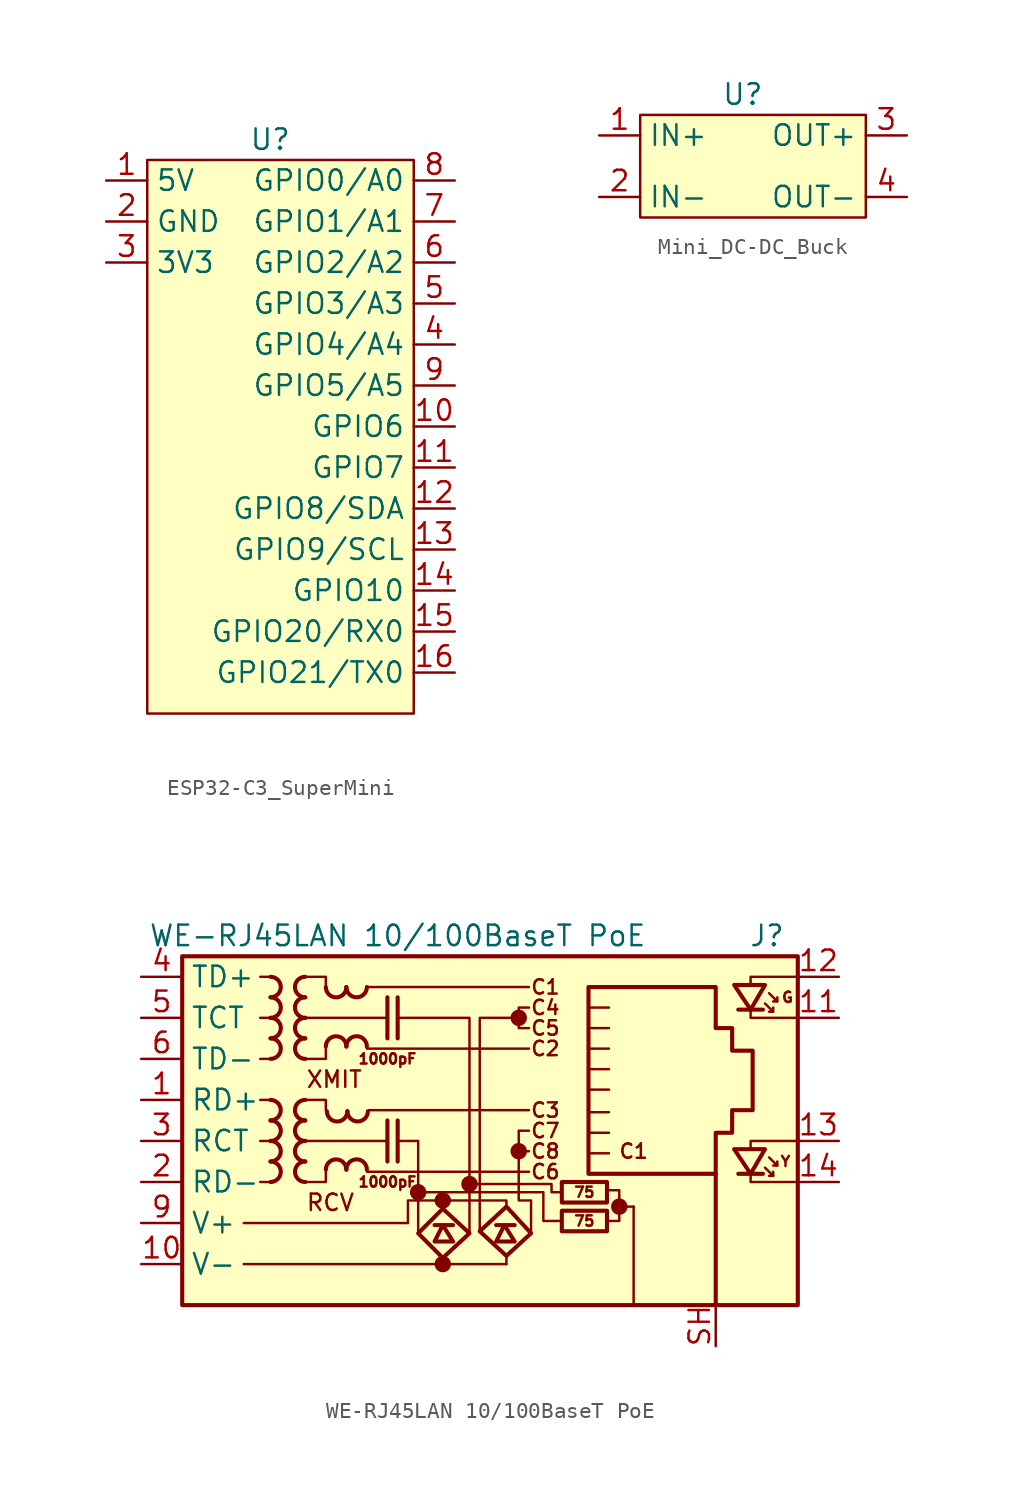
<source format=kicad_sym>
(kicad_symbol_lib
  (version 20231120)
  (generator "kicad_symbol_editor")
  (generator_version "8.0")
  (symbol "ESP32-C3_SuperMini"
    (property "Reference" "U"
      (at 0 0 0)
      (effects (font (size 1.27 1.27))))
    (property "Value" ""
      (at 0 0 0)
      (effects (font (size 1.27 1.27))))
    (symbol "ESP32-C3_SuperMini_1_1"
      (rectangle (start -7.62 -1.27) (end 8.89 -35.56) (stroke (width 0) (type default)) (fill (type background)))
      (pin input line (at -10.16 -2.54 0) (length 2.54) (name "5V" (effects (font (size 1.27 1.27)))) (number "1" (effects (font (size 1.27 1.27)))))
      (pin input line (at 11.43 -17.78 180) (length 2.54) (name "GPIO6" (effects (font (size 1.27 1.27)))) (number "10" (effects (font (size 1.27 1.27)))))
      (pin input line (at 11.43 -20.32 180) (length 2.54) (name "GPIO7" (effects (font (size 1.27 1.27)))) (number "11" (effects (font (size 1.27 1.27)))))
      (pin input line (at 11.43 -22.86 180) (length 2.54) (name "GPIO8/SDA" (effects (font (size 1.27 1.27)))) (number "12" (effects (font (size 1.27 1.27)))))
      (pin input line (at 11.43 -25.4 180) (length 2.54) (name "GPIO9/SCL" (effects (font (size 1.27 1.27)))) (number "13" (effects (font (size 1.27 1.27)))))
      (pin input line (at 11.43 -27.94 180) (length 2.54) (name "GPIO10" (effects (font (size 1.27 1.27)))) (number "14" (effects (font (size 1.27 1.27)))))
      (pin input line (at 11.43 -30.48 180) (length 2.54) (name "GPIO20/RX0" (effects (font (size 1.27 1.27)))) (number "15" (effects (font (size 1.27 1.27)))))
      (pin input line (at 11.43 -33.02 180) (length 2.54) (name "GPIO21/TX0" (effects (font (size 1.27 1.27)))) (number "16" (effects (font (size 1.27 1.27)))))
      (pin input line (at -10.16 -5.08 0) (length 2.54) (name "GND" (effects (font (size 1.27 1.27)))) (number "2" (effects (font (size 1.27 1.27)))))
      (pin input line (at -10.16 -7.62 0) (length 2.54) (name "3V3" (effects (font (size 1.27 1.27)))) (number "3" (effects (font (size 1.27 1.27)))))
      (pin input line (at 11.43 -12.7 180) (length 2.54) (name "GPIO4/A4" (effects (font (size 1.27 1.27)))) (number "4" (effects (font (size 1.27 1.27)))))
      (pin input line (at 11.43 -10.16 180) (length 2.54) (name "GPIO3/A3" (effects (font (size 1.27 1.27)))) (number "5" (effects (font (size 1.27 1.27)))))
      (pin input line (at 11.43 -7.62 180) (length 2.54) (name "GPIO2/A2" (effects (font (size 1.27 1.27)))) (number "6" (effects (font (size 1.27 1.27)))))
      (pin input line (at 11.43 -5.08 180) (length 2.54) (name "GPIO1/A1" (effects (font (size 1.27 1.27)))) (number "7" (effects (font (size 1.27 1.27)))))
      (pin input line (at 11.43 -2.54 180) (length 2.54) (name "GPIO0/A0" (effects (font (size 1.27 1.27)))) (number "8" (effects (font (size 1.27 1.27)))))
      (pin input line (at 11.43 -15.24 180) (length 2.54) (name "GPIO5/A5" (effects (font (size 1.27 1.27)))) (number "9" (effects (font (size 1.27 1.27)))))))
  (symbol "Mini_DC-DC_Buck"
    (property "Reference" "U"
      (at 0 0 0)
      (effects (font (size 1.27 1.27))))
    (property "Value" ""
      (at 0 0 0)
      (effects (font (size 1.27 1.27))))
    (symbol "Mini_DC-DC_Buck_1_1"
      (rectangle (start -6.35 -1.27) (end 7.62 -7.62) (stroke (width 0) (type default)) (fill (type background)))
      (pin input line (at -8.89 -2.54 0) (length 2.54) (name "IN+" (effects (font (size 1.27 1.27)))) (number "1" (effects (font (size 1.27 1.27)))))
      (pin input line (at -8.89 -6.35 0) (length 2.54) (name "IN-" (effects (font (size 1.27 1.27)))) (number "2" (effects (font (size 1.27 1.27)))))
      (pin input line (at 10.16 -2.54 180) (length 2.54) (name "OUT+" (effects (font (size 1.27 1.27)))) (number "3" (effects (font (size 1.27 1.27)))))
      (pin input line (at 10.16 -6.35 180) (length 2.54) (name "OUT-" (effects (font (size 1.27 1.27)))) (number "4" (effects (font (size 1.27 1.27)))))))
  (symbol "WE-RJ45LAN 10/100BaseT PoE"
    (property "Reference" "J"
      (at 18.415 12.7 0)
      (effects (font (size 1.27 1.27))))
    (property "Value" "WE-RJ45LAN 10/100BaseT PoE"
      (at -4.445 12.7 0)
      (effects (font (size 1.27 1.27))))
    (symbol "WE-RJ45LAN 10/100BaseT PoE_0_0"
      (circle (center -3.175 -3.175) (radius 0.0001) (stroke (width 0.508) (type default)) (fill (type none)))
      (circle (center -1.651 -7.62) (radius 0.0001) (stroke (width 0.508) (type default)) (fill (type none)))
      (circle (center -1.651 -3.683) (radius 0.0001) (stroke (width 0.508) (type default)) (fill (type none)))
      (circle (center 0 -2.667) (radius 0.0001) (stroke (width 0.508) (type default)) (fill (type none)))
      (polyline (pts (xy -5.08 1.27) (xy -5.08 -1.27)) (stroke (width 0.254) (type default)) (fill (type none)))
      (polyline (pts (xy -5.08 8.89) (xy -5.08 6.35)) (stroke (width 0.254) (type default)) (fill (type none)))
      (polyline (pts (xy -4.445 1.27) (xy -4.445 -1.27)) (stroke (width 0.254) (type default)) (fill (type none)))
      (polyline (pts (xy -4.445 8.89) (xy -4.445 6.35)) (stroke (width 0.254) (type default)) (fill (type none)))
      (polyline (pts (xy 9.271 -4.064) (xy 10.16 -4.064)) (stroke (width 0) (type default)) (fill (type none)))
      (polyline (pts (xy 17.399 -0.508) (xy 17.399 0) (xy 20.32 0)) (stroke (width 0) (type default)) (fill (type none)))
      (polyline (pts (xy 17.399 9.652) (xy 17.399 10.16) (xy 20.32 10.16)) (stroke (width 0) (type default)) (fill (type none)))
      (polyline (pts (xy 20.32 -2.54) (xy 17.399 -2.54) (xy 17.399 -2.032)) (stroke (width 0) (type default)) (fill (type none)))
      (polyline (pts (xy 20.32 7.62) (xy 17.399 7.62) (xy 17.399 8.128)) (stroke (width 0) (type default)) (fill (type none)))
      (polyline (pts (xy 3.683 0.635) (xy 3.048 0.635) (xy 3.048 -0.635) (xy 3.683 -0.635)) (stroke (width 0) (type default)) (fill (type none)))
      (polyline (pts (xy 3.683 8.255) (xy 3.048 8.255) (xy 3.048 6.985) (xy 3.683 6.985)) (stroke (width 0) (type default)) (fill (type none)))
      (polyline (pts (xy 8.636 -4.953) (xy 9.271 -4.953) (xy 9.271 -3.048) (xy 8.636 -3.048)) (stroke (width 0) (type default)) (fill (type none)))
      (circle (center 3.048 -0.635) (radius 0.0001) (stroke (width 0.508) (type default)) (fill (type none)))
      (circle (center 3.048 7.62) (radius 0.0001) (stroke (width 0.508) (type default)) (fill (type none)))
      (circle (center 9.271 -4.064) (radius 0.0001) (stroke (width 0.508) (type default)) (fill (type none)))
      (text "C1" (at 4.699 9.525 0) (effects (font (size 0.889 0.889))))
      (text "C1" (at 10.16 -0.635 0) (effects (font (size 0.889 0.889))))
      (text "C2" (at 4.699 5.715 0) (effects (font (size 0.889 0.889))))
      (text "C3" (at 4.699 1.905 0) (effects (font (size 0.889 0.889))))
      (text "C4" (at 4.699 8.255 0) (effects (font (size 0.889 0.889))))
      (text "C5" (at 4.699 6.985 0) (effects (font (size 0.889 0.889))))
      (text "C6" (at 4.699 -1.905 0) (effects (font (size 0.889 0.889))))
      (text "C7" (at 4.699 0.635 0) (effects (font (size 0.889 0.889))))
      (text "C8" (at 4.699 -0.635 0) (effects (font (size 0.889 0.889))))
      (text "RCV" (at -10.16 -3.81 0) (effects (font (size 1.016 1.016)) (justify left)))
      (text "XMIT" (at -10.16 3.81 0) (effects (font (size 1.016 1.016)) (justify left))))
    (symbol "WE-RJ45LAN 10/100BaseT PoE_0_1"
      (rectangle (start -17.78 11.43) (end 20.32 -10.16) (stroke (width 0.254) (type default)) (fill (type background)))
      (polyline (pts (xy -12.316 -2.54) (xy -12.951 -2.54)) (stroke (width 0) (type default)) (fill (type none)))
      (polyline (pts (xy -12.316 0) (xy -12.951 0)) (stroke (width 0) (type default)) (fill (type none)))
      (polyline (pts (xy -12.316 2.54) (xy -12.951 2.54)) (stroke (width 0) (type default)) (fill (type none)))
      (polyline (pts (xy -12.316 5.08) (xy -12.951 5.08)) (stroke (width 0) (type default)) (fill (type none)))
      (polyline (pts (xy -12.316 7.62) (xy -12.951 7.62)) (stroke (width 0) (type default)) (fill (type none)))
      (polyline (pts (xy -12.316 10.16) (xy -12.951 10.16)) (stroke (width 0) (type default)) (fill (type none)))
      (polyline (pts (xy -6.35 -1.905) (xy 3.683 -1.905)) (stroke (width 0) (type default)) (fill (type none)))
      (polyline (pts (xy -6.35 5.715) (xy 3.683 5.715)) (stroke (width 0) (type default)) (fill (type none)))
      (polyline (pts (xy -6.35 9.525) (xy 3.683 9.525)) (stroke (width 0) (type default)) (fill (type none)))
      (polyline (pts (xy -6.223 1.905) (xy 3.683 1.905)) (stroke (width 0) (type default)) (fill (type none)))
      (polyline (pts (xy -5.08 0) (xy -10.16 0)) (stroke (width 0) (type default)) (fill (type none)))
      (polyline (pts (xy -5.08 7.62) (xy -10.16 7.62)) (stroke (width 0) (type default)) (fill (type none)))
      (polyline (pts (xy 7.366 0.508) (xy 8.636 0.508)) (stroke (width 0) (type default)) (fill (type none)))
      (polyline (pts (xy 7.366 1.778) (xy 8.636 1.778)) (stroke (width 0) (type default)) (fill (type none)))
      (polyline (pts (xy 7.366 3.175) (xy 8.636 3.175)) (stroke (width 0) (type default)) (fill (type none)))
      (polyline (pts (xy 7.366 4.445) (xy 8.636 4.445)) (stroke (width 0) (type default)) (fill (type none)))
      (polyline (pts (xy 7.366 5.715) (xy 8.636 5.715)) (stroke (width 0) (type default)) (fill (type none)))
      (polyline (pts (xy 8.636 -0.762) (xy 7.366 -0.762)) (stroke (width 0) (type default)) (fill (type none)))
      (polyline (pts (xy 8.636 6.985) (xy 7.366 6.985)) (stroke (width 0) (type default)) (fill (type none)))
      (polyline (pts (xy 8.636 8.255) (xy 7.366 8.255)) (stroke (width 0) (type default)) (fill (type none)))
      (polyline (pts (xy -10.16 2.54) (xy -8.89 2.54) (xy -8.89 1.905)) (stroke (width 0) (type default)) (fill (type none)))
      (polyline (pts (xy -10.16 10.16) (xy -8.89 10.16) (xy -8.89 9.525)) (stroke (width 0) (type default)) (fill (type none)))
      (polyline (pts (xy -8.89 -1.905) (xy -8.89 -2.54) (xy -10.16 -2.54)) (stroke (width 0) (type default)) (fill (type none)))
      (polyline (pts (xy -8.89 5.715) (xy -8.89 5.08) (xy -10.16 5.08)) (stroke (width 0) (type default)) (fill (type none)))
      (polyline (pts (xy -4.445 0) (xy -3.175 0) (xy -3.175 -5.715)) (stroke (width 0) (type default)) (fill (type none)))
      (polyline (pts (xy -4.445 7.62) (xy 0 7.62) (xy 0 -5.715)) (stroke (width 0) (type default)) (fill (type none))))
    (symbol "WE-RJ45LAN 10/100BaseT PoE_1_0"
      (text "1000pF" (at -5.08 -2.54 0) (effects (font (size 0.635 0.635))))
      (text "1000pF" (at -5.08 5.08 0) (effects (font (size 0.635 0.635)))))
    (symbol "WE-RJ45LAN 10/100BaseT PoE_1_1"
      (arc (start -12.3163 1.27) (mid -11.684 1.905) (end -12.3163 2.54) (stroke (width 0.254) (type default)) (fill (type none)))
      (arc (start -12.3136 -2.54) (mid -11.6813 -1.905) (end -12.3136 -1.27) (stroke (width 0.254) (type default)) (fill (type none)))
      (arc (start -12.3136 -1.27) (mid -11.6813 -0.635) (end -12.3136 0) (stroke (width 0.254) (type default)) (fill (type none)))
      (arc (start -12.3136 0) (mid -11.6813 0.635) (end -12.3136 1.27) (stroke (width 0.254) (type default)) (fill (type none)))
      (arc (start -12.3136 8.89) (mid -11.6813 9.525) (end -12.3136 10.16) (stroke (width 0.254) (type default)) (fill (type none)))
      (arc (start -12.3109 5.08) (mid -11.6786 5.715) (end -12.3109 6.35) (stroke (width 0.254) (type default)) (fill (type none)))
      (arc (start -12.3109 6.35) (mid -11.6786 6.985) (end -12.3109 7.62) (stroke (width 0.254) (type default)) (fill (type none)))
      (arc (start -12.3109 7.62) (mid -11.6786 8.255) (end -12.3109 8.89) (stroke (width 0.254) (type default)) (fill (type none)))
      (arc (start -10.1654 0) (mid -10.7977 -0.635) (end -10.1654 -1.27) (stroke (width 0.254) (type default)) (fill (type none)))
      (arc (start -10.1654 1.27) (mid -10.7977 0.635) (end -10.1654 0) (stroke (width 0.254) (type default)) (fill (type none)))
      (arc (start -10.1654 2.54) (mid -10.7977 1.905) (end -10.1654 1.27) (stroke (width 0.254) (type default)) (fill (type none)))
      (arc (start -10.1654 7.62) (mid -10.7977 6.985) (end -10.1654 6.35) (stroke (width 0.254) (type default)) (fill (type none)))
      (arc (start -10.1654 8.89) (mid -10.7977 8.255) (end -10.1654 7.62) (stroke (width 0.254) (type default)) (fill (type none)))
      (arc (start -10.1654 10.16) (mid -10.7977 9.525) (end -10.1654 8.89) (stroke (width 0.254) (type default)) (fill (type none)))
      (arc (start -10.1627 -1.27) (mid -10.795 -1.905) (end -10.1627 -2.54) (stroke (width 0.254) (type default)) (fill (type none)))
      (arc (start -10.1627 6.35) (mid -10.795 5.715) (end -10.1627 5.08) (stroke (width 0.254) (type default)) (fill (type none)))
      (arc (start -8.89 9.5223) (mid -8.255 8.89) (end -7.62 9.5223) (stroke (width 0.254) (type default)) (fill (type none)))
      (arc (start -8.8265 1.8388) (mid -8.1915 1.2065) (end -7.5565 1.8388) (stroke (width 0.254) (type default)) (fill (type none)))
      (arc (start -7.62 -1.7753) (mid -8.255 -1.143) (end -8.89 -1.7753) (stroke (width 0.254) (type default)) (fill (type none)))
      (arc (start -7.62 5.8447) (mid -8.255 6.477) (end -8.89 5.8447) (stroke (width 0.254) (type default)) (fill (type none)))
      (arc (start -7.62 9.525) (mid -6.985 8.8927) (end -6.35 9.525) (stroke (width 0.254) (type default)) (fill (type none)))
      (arc (start -7.5565 1.8415) (mid -6.9215 1.2092) (end -6.2865 1.8415) (stroke (width 0.254) (type default)) (fill (type none)))
      (arc (start -6.35 -1.7726) (mid -6.985 -1.1403) (end -7.62 -1.7726) (stroke (width 0.254) (type default)) (fill (type none)))
      (arc (start -6.35 5.8474) (mid -6.985 6.4797) (end -7.62 5.8474) (stroke (width 0.254) (type default)) (fill (type none)))
      (polyline (pts (xy -13.97 -7.62) (xy 2.286 -7.62)) (stroke (width 0) (type default)) (fill (type none)))
      (polyline (pts (xy -13.97 -5.08) (xy -3.81 -5.08)) (stroke (width 0) (type default)) (fill (type none)))
      (polyline (pts (xy -2.159 -5.207) (xy -1.016 -5.207)) (stroke (width 0.254) (type default)) (fill (type none)))
      (polyline (pts (xy -1.651 -7.239) (xy -1.651 -7.493)) (stroke (width 0) (type default)) (fill (type none)))
      (polyline (pts (xy 1.651 -5.207) (xy 2.794 -5.207)) (stroke (width 0.254) (type default)) (fill (type none)))
      (polyline (pts (xy 2.286 -7.112) (xy 2.286 -7.62)) (stroke (width 0) (type default)) (fill (type none)))
      (polyline (pts (xy 10.16 -4.064) (xy 10.16 -10.16)) (stroke (width 0) (type default)) (fill (type none)))
      (polyline (pts (xy 15.24 -10.16) (xy 15.24 -2.032)) (stroke (width 0.254) (type default)) (fill (type none)))
      (polyline (pts (xy 18.161 -2.032) (xy 16.637 -2.032)) (stroke (width 0.254) (type default)) (fill (type none)))
      (polyline (pts (xy 18.161 8.128) (xy 16.637 8.128)) (stroke (width 0.254) (type default)) (fill (type none)))
      (polyline (pts (xy 18.796 -2.159) (xy 18.796 -1.905)) (stroke (width 0) (type default)) (fill (type none)))
      (polyline (pts (xy 18.796 8.001) (xy 18.796 8.255)) (stroke (width 0) (type default)) (fill (type none)))
      (polyline (pts (xy 19.05 -1.524) (xy 19.05 -1.27)) (stroke (width 0) (type default)) (fill (type none)))
      (polyline (pts (xy 19.05 8.636) (xy 19.05 8.89)) (stroke (width 0) (type default)) (fill (type none)))
      (polyline (pts (xy -3.81 -5.08) (xy -3.81 -3.683) (xy -1.651 -3.683)) (stroke (width 0) (type default)) (fill (type none)))
      (polyline (pts (xy -1.905 -3.683) (xy -1.651 -3.683) (xy -1.651 -4.191)) (stroke (width 0) (type default)) (fill (type none)))
      (polyline (pts (xy -1.651 -3.683) (xy 2.286 -3.683) (xy 2.286 -4.064)) (stroke (width 0) (type default)) (fill (type none)))
      (polyline (pts (xy 3.048 7.62) (xy 0.635 7.62) (xy 0.635 -5.588)) (stroke (width 0) (type default)) (fill (type none)))
      (polyline (pts (xy 18.288 -1.651) (xy 18.796 -2.159) (xy 18.542 -2.159)) (stroke (width 0) (type default)) (fill (type none)))
      (polyline (pts (xy 18.288 8.509) (xy 18.796 8.001) (xy 18.542 8.001)) (stroke (width 0) (type default)) (fill (type none)))
      (polyline (pts (xy 18.542 -1.016) (xy 19.05 -1.524) (xy 18.796 -1.524)) (stroke (width 0) (type default)) (fill (type none)))
      (polyline (pts (xy 18.542 9.144) (xy 19.05 8.636) (xy 18.796 8.636)) (stroke (width 0) (type default)) (fill (type none)))
      (polyline (pts (xy -2.159 -6.223) (xy -1.016 -6.223) (xy -1.651 -5.207) (xy -2.159 -6.223)) (stroke (width 0.254) (type default)) (fill (type none)))
      (polyline (pts (xy 1.651 -6.223) (xy 2.794 -6.223) (xy 2.159 -5.207) (xy 1.651 -6.223)) (stroke (width 0.254) (type default)) (fill (type none)))
      (polyline (pts (xy 3.048 -0.508) (xy 3.048 -3.683) (xy 3.81 -3.683) (xy 3.81 -5.715)) (stroke (width 0) (type default)) (fill (type none)))
      (polyline (pts (xy 5.715 -4.953) (xy 4.572 -4.953) (xy 4.572 -3.175) (xy -3.175 -3.175)) (stroke (width 0) (type default)) (fill (type none)))
      (polyline (pts (xy 5.715 -3.175) (xy 5.08 -3.175) (xy 5.08 -2.667) (xy 0 -2.667)) (stroke (width 0) (type default)) (fill (type none)))
      (polyline (pts (xy 18.288 -0.508) (xy 16.383 -0.508) (xy 17.399 -2.032) (xy 18.288 -0.508)) (stroke (width 0.254) (type default)) (fill (type none)))
      (polyline (pts (xy 18.288 9.652) (xy 16.383 9.652) (xy 17.399 8.128) (xy 18.288 9.652)) (stroke (width 0.254) (type default)) (fill (type none)))
      (polyline (pts (xy -1.651 -4.191) (xy -3.175 -5.715) (xy -1.651 -7.239) (xy 0 -5.715) (xy -1.651 -4.191)) (stroke (width 0.254) (type default)) (fill (type none)))
      (polyline (pts (xy 2.286 -4.064) (xy 0.635 -5.588) (xy 2.286 -7.112) (xy 3.81 -5.715) (xy 2.286 -4.064)) (stroke (width 0.254) (type default)) (fill (type none)))
      (polyline (pts (xy 7.366 -2.032) (xy 7.366 9.525) (xy 15.24 9.525) (xy 15.24 6.985) (xy 16.256 6.985) (xy 16.256 5.588) (xy 17.526 5.588) (xy 17.526 1.905) (xy 16.256 1.905) (xy 16.256 0.508) (xy 15.24 0.508) (xy 15.24 -2.032) (xy 7.366 -2.032)) (stroke (width 0.254) (type default)) (fill (type none)))
      (rectangle (start 8.509 -5.588) (end 5.715 -4.318) (stroke (width 0.254) (type default)) (fill (type none)))
      (rectangle (start 8.509 -3.81) (end 5.715 -2.54) (stroke (width 0.254) (type default)) (fill (type none)))
      (text "75" (at 7.112 -4.953 0) (effects (font (size 0.635 0.635))))
      (text "75" (at 7.112 -3.175 0) (effects (font (size 0.635 0.635))))
      (text "G" (at 19.685 8.89 0) (effects (font (size 0.635 0.635))))
      (text "Y" (at 19.558 -1.27 0) (effects (font (size 0.635 0.635))))
      (pin passive line (at -20.32 2.54 0) (length 2.54) (name "RD+" (effects (font (size 1.27 1.27)))) (number "1" (effects (font (size 1.27 1.27)))))
      (pin power_out line (at -20.32 -7.62 0) (length 2.54) (name "V-" (effects (font (size 1.27 1.27)))) (number "10" (effects (font (size 1.27 1.27)))))
      (pin passive line (at 22.86 7.62 180) (length 2.54) (name "" (effects (font (size 1.27 1.27)))) (number "11" (effects (font (size 1.27 1.27)))))
      (pin passive line (at 22.86 10.16 180) (length 2.54) (name "" (effects (font (size 1.27 1.27)))) (number "12" (effects (font (size 1.27 1.27)))))
      (pin passive line (at 22.86 0 180) (length 2.54) (name "" (effects (font (size 1.27 1.27)))) (number "13" (effects (font (size 1.27 1.27)))))
      (pin passive line (at 22.86 -2.54 180) (length 2.54) (name "" (effects (font (size 1.27 1.27)))) (number "14" (effects (font (size 1.27 1.27)))))
      (pin passive line (at -20.32 -2.54 0) (length 2.54) (name "RD-" (effects (font (size 1.27 1.27)))) (number "2" (effects (font (size 1.27 1.27)))))
      (pin passive line (at -20.32 0 0) (length 2.54) (name "RCT" (effects (font (size 1.27 1.27)))) (number "3" (effects (font (size 1.27 1.27)))))
      (pin passive line (at -20.32 10.16 0) (length 2.54) (name "TD+" (effects (font (size 1.27 1.27)))) (number "4" (effects (font (size 1.27 1.27)))))
      (pin passive line (at -20.32 7.62 0) (length 2.54) (name "TCT" (effects (font (size 1.27 1.27)))) (number "5" (effects (font (size 1.27 1.27)))))
      (pin passive line (at -20.32 5.08 0) (length 2.54) (name "TD-" (effects (font (size 1.27 1.27)))) (number "6" (effects (font (size 1.27 1.27)))))
      (pin no_connect line (at 20.32 5.08 0) (length 0) hide (name "NC" (effects (font (size 1.27 1.27)))) (number "8" (effects (font (size 1.27 1.27)))))
      (pin power_out line (at -20.32 -5.08 0) (length 2.54) (name "V+" (effects (font (size 1.27 1.27)))) (number "9" (effects (font (size 1.27 1.27)))))
      (pin passive line (at 15.24 -12.7 90) (length 2.54) (name "" (effects (font (size 1.27 1.27)))) (number "SH" (effects (font (size 1.27 1.27))))))))
</source>
